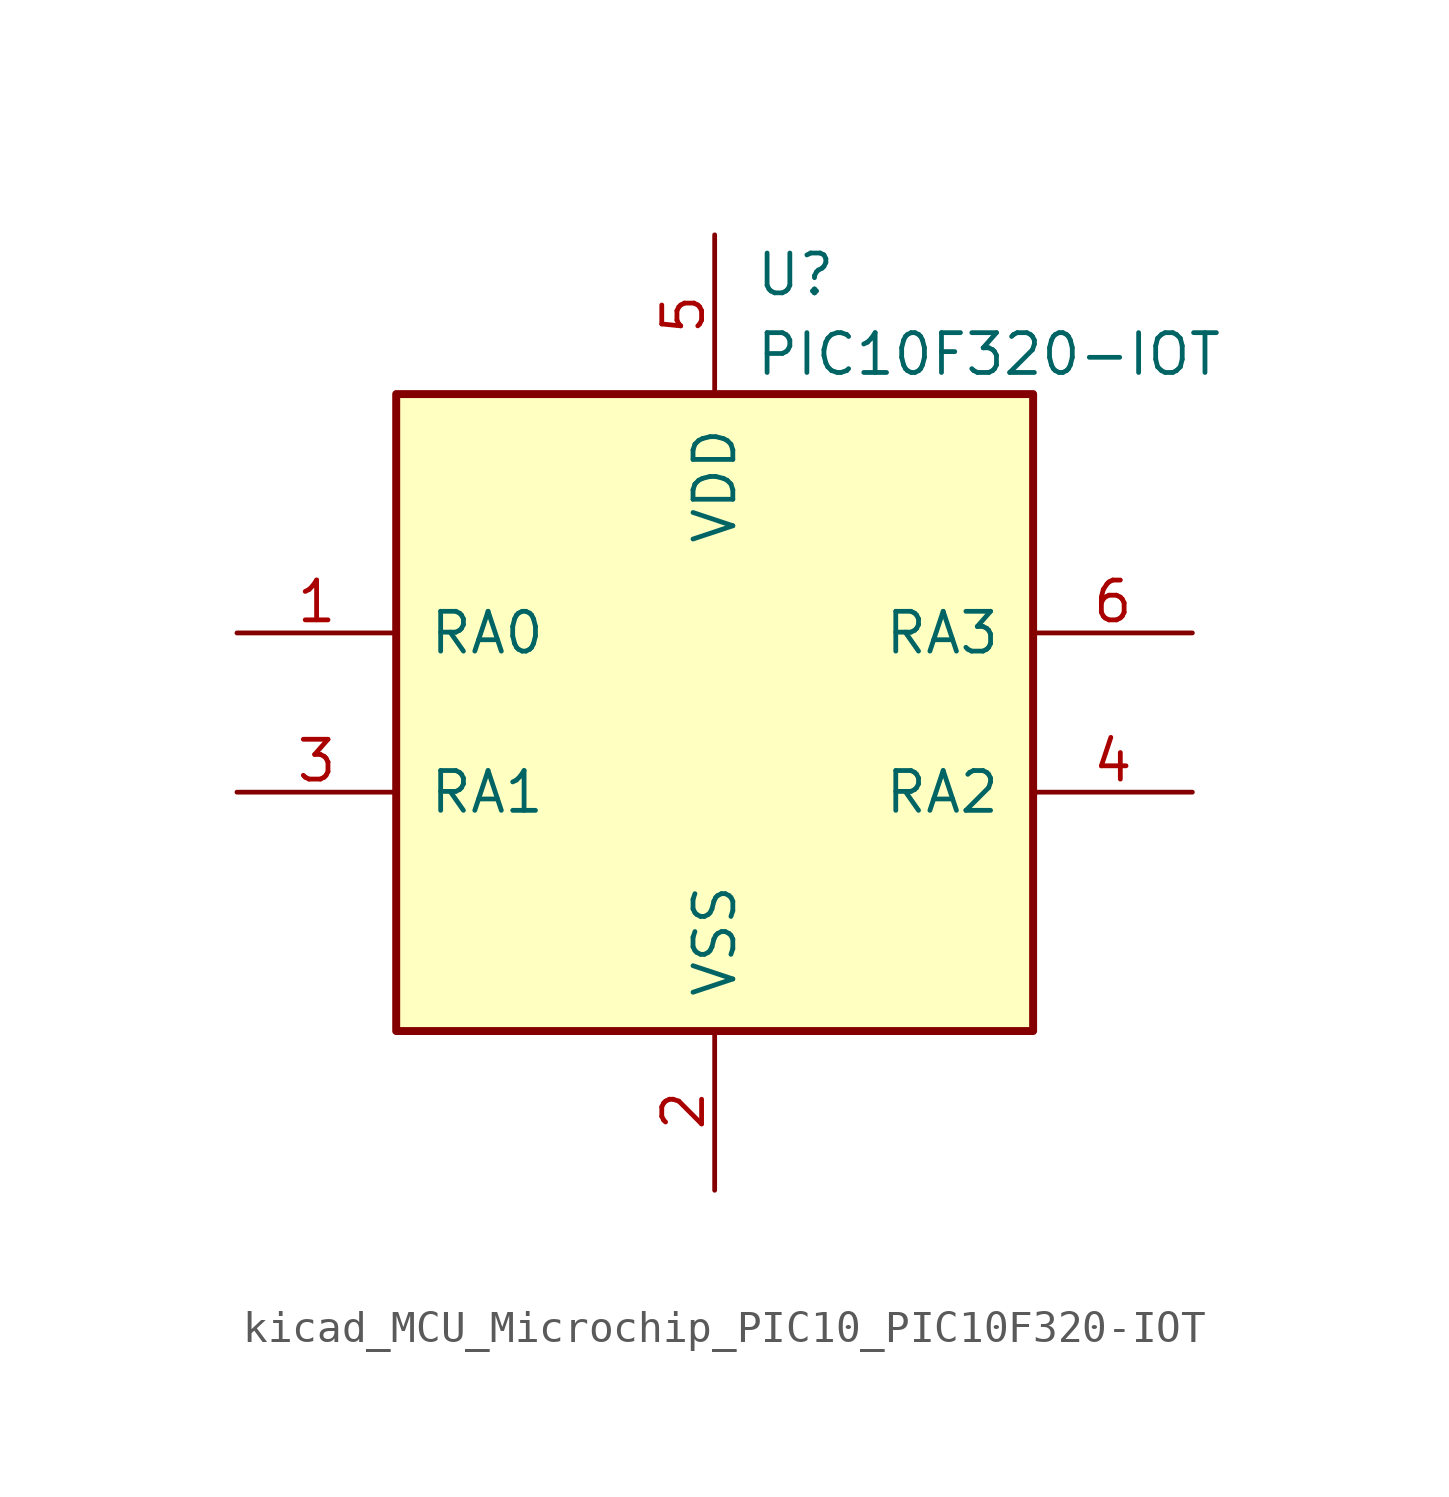
<source format=kicad_sym>
(kicad_symbol_lib
  (version 20220914)
  (generator kicad_symbol_editor)
  (symbol "kicad_MCU_Microchip_PIC10_PIC10F320-IOT"
    (pin_names
      (offset 1.016))
    (property "Reference" "U"
      (at 1.27 13.97 0)
      (effects (font (size 1.27 1.27)) (justify left)))
    (property "Value" "PIC10F320-IOT"
      (at 1.27 11.43 0)
      (effects (font (size 1.27 1.27)) (justify left)))
    (symbol "kicad_MCU_Microchip_PIC10_PIC10F320-IOT_0_1"
      (rectangle (start -10.16 10.16) (end 10.16 -10.16) (stroke (width 0.254) (type default)) (fill (type background))))
    (symbol "kicad_MCU_Microchip_PIC10_PIC10F320-IOT_1_1"
      (pin bidirectional line (at -15.24 2.54 0) (length 5.08) (name "RA0" (effects (font (size 1.27 1.27)))) (number "1" (effects (font (size 1.27 1.27)))))
      (pin power_in line (at 0 -15.24 90) (length 5.08) (name "VSS" (effects (font (size 1.27 1.27)))) (number "2" (effects (font (size 1.27 1.27)))))
      (pin bidirectional line (at -15.24 -2.54 0) (length 5.08) (name "RA1" (effects (font (size 1.27 1.27)))) (number "3" (effects (font (size 1.27 1.27)))))
      (pin bidirectional line (at 15.24 -2.54 180) (length 5.08) (name "RA2" (effects (font (size 1.27 1.27)))) (number "4" (effects (font (size 1.27 1.27)))))
      (pin power_in line (at 0 15.24 270) (length 5.08) (name "VDD" (effects (font (size 1.27 1.27)))) (number "5" (effects (font (size 1.27 1.27)))))
      (pin input line (at 15.24 2.54 180) (length 5.08) (name "RA3" (effects (font (size 1.27 1.27)))) (number "6" (effects (font (size 1.27 1.27))))))))
</source>
